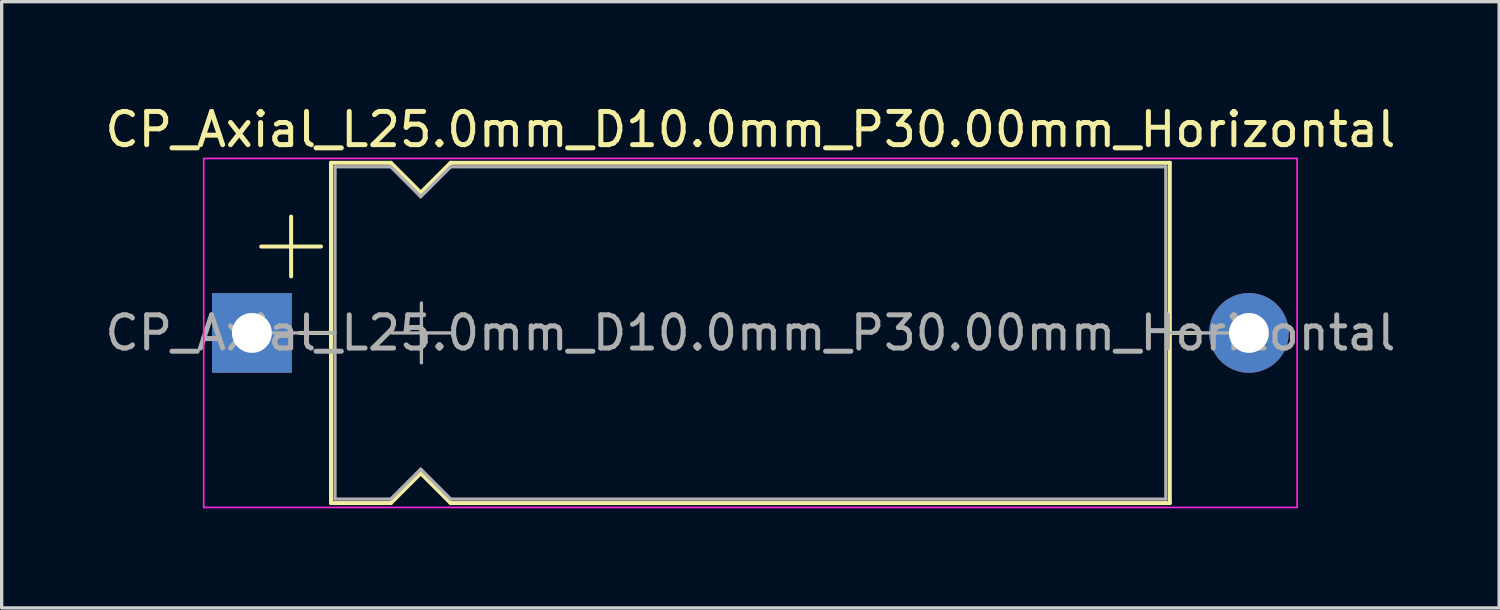
<source format=kicad_pcb>
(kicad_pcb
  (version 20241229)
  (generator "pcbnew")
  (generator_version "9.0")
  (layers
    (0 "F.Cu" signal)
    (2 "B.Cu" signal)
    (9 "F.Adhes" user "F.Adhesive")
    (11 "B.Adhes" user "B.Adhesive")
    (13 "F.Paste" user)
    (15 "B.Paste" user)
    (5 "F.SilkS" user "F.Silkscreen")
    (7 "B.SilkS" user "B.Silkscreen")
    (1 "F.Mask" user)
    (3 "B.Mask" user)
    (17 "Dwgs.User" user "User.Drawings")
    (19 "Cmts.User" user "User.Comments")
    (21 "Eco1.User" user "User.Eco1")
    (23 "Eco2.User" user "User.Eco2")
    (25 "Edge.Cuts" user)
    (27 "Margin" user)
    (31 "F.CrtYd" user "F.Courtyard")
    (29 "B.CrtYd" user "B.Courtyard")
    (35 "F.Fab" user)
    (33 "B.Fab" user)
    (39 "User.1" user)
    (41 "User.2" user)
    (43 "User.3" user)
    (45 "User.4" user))
  (footprint "CP_Axial_L25.0mm_D10.0mm_P30.00mm_Horizontal"
    (layer "F.Cu")
    (at 4.53 6.968)
    (property "Reference" "CP_Axial_L25.0mm_D10.0mm_P30.00mm_Horizontal" (at 15 -6.12 0) (layer "F.SilkS") (effects (font (size 1 1) (thickness 0.15))))
    (attr through_hole)
    (fp_line (start 0.28 -2.6) (end 2.08 -2.6) (stroke (width 0.12) (type solid)) (layer "F.SilkS"))
    (fp_line (start 1.18 -3.5) (end 1.18 -1.7) (stroke (width 0.12) (type solid)) (layer "F.SilkS"))
    (fp_line (start 1.44 0) (end 2.38 0) (stroke (width 0.12) (type solid)) (layer "F.SilkS"))
    (fp_line (start 2.38 -5.12) (end 2.38 5.12) (stroke (width 0.12) (type solid)) (layer "F.SilkS"))
    (fp_line (start 2.38 -5.12) (end 4.18 -5.12) (stroke (width 0.12) (type solid)) (layer "F.SilkS"))
    (fp_line (start 2.38 5.12) (end 4.18 5.12) (stroke (width 0.12) (type solid)) (layer "F.SilkS"))
    (fp_line (start 4.18 -5.12) (end 5.08 -4.22) (stroke (width 0.12) (type solid)) (layer "F.SilkS"))
    (fp_line (start 4.18 5.12) (end 5.08 4.22) (stroke (width 0.12) (type solid)) (layer "F.SilkS"))
    (fp_line (start 5.08 -4.22) (end 5.98 -5.12) (stroke (width 0.12) (type solid)) (layer "F.SilkS"))
    (fp_line (start 5.08 4.22) (end 5.98 5.12) (stroke (width 0.12) (type solid)) (layer "F.SilkS"))
    (fp_line (start 5.98 -5.12) (end 27.62 -5.12) (stroke (width 0.12) (type solid)) (layer "F.SilkS"))
    (fp_line (start 5.98 5.12) (end 27.62 5.12) (stroke (width 0.12) (type solid)) (layer "F.SilkS"))
    (fp_line (start 27.62 -5.12) (end 27.62 5.12) (stroke (width 0.12) (type solid)) (layer "F.SilkS"))
    (fp_line (start 28.56 0) (end 27.62 0) (stroke (width 0.12) (type solid)) (layer "F.SilkS"))
    (fp_line (start -1.45 -5.25) (end -1.45 5.25) (stroke (width 0.05) (type solid)) (layer "F.CrtYd"))
    (fp_line (start -1.45 5.25) (end 31.45 5.25) (stroke (width 0.05) (type solid)) (layer "F.CrtYd"))
    (fp_line (start 31.45 -5.25) (end -1.45 -5.25) (stroke (width 0.05) (type solid)) (layer "F.CrtYd"))
    (fp_line (start 31.45 5.25) (end 31.45 -5.25) (stroke (width 0.05) (type solid)) (layer "F.CrtYd"))
    (fp_line (start 0 0) (end 2.5 0) (stroke (width 0.1) (type solid)) (layer "F.Fab"))
    (fp_line (start 2.5 -5) (end 2.5 5) (stroke (width 0.1) (type solid)) (layer "F.Fab"))
    (fp_line (start 2.5 -5) (end 4.18 -5) (stroke (width 0.1) (type solid)) (layer "F.Fab"))
    (fp_line (start 2.5 5) (end 4.18 5) (stroke (width 0.1) (type solid)) (layer "F.Fab"))
    (fp_line (start 4.18 -5) (end 5.08 -4.1) (stroke (width 0.1) (type solid)) (layer "F.Fab"))
    (fp_line (start 4.18 5) (end 5.08 4.1) (stroke (width 0.1) (type solid)) (layer "F.Fab"))
    (fp_line (start 4.2 0) (end 6 0) (stroke (width 0.1) (type solid)) (layer "F.Fab"))
    (fp_line (start 5.08 -4.1) (end 5.98 -5) (stroke (width 0.1) (type solid)) (layer "F.Fab"))
    (fp_line (start 5.08 4.1) (end 5.98 5) (stroke (width 0.1) (type solid)) (layer "F.Fab"))
    (fp_line (start 5.1 -0.9) (end 5.1 0.9) (stroke (width 0.1) (type solid)) (layer "F.Fab"))
    (fp_line (start 5.98 -5) (end 27.5 -5) (stroke (width 0.1) (type solid)) (layer "F.Fab"))
    (fp_line (start 5.98 5) (end 27.5 5) (stroke (width 0.1) (type solid)) (layer "F.Fab"))
    (fp_line (start 27.5 -5) (end 27.5 5) (stroke (width 0.1) (type solid)) (layer "F.Fab"))
    (fp_line (start 30 0) (end 27.5 0) (stroke (width 0.1) (type solid)) (layer "F.Fab"))
    (fp_text user "${REFERENCE}" (at 15 0 0) (layer "F.Fab") (effects (font (size 1 1) (thickness 0.15))))
    (pad "1" thru_hole rect (at 0 0) (size 2.4 2.4) (drill 1.2) (layers "*.Cu" "*.Mask"))
    (pad "2" thru_hole oval (at 30 0) (size 2.4 2.4) (drill 1.2) (layers "*.Cu" "*.Mask")))
  (gr_rect
    (start -3 -3)
    (end 42.06 15.243)
    (stroke (width 0.1) (type default))
    (fill no)
    (layer "Edge.Cuts")))
</source>
